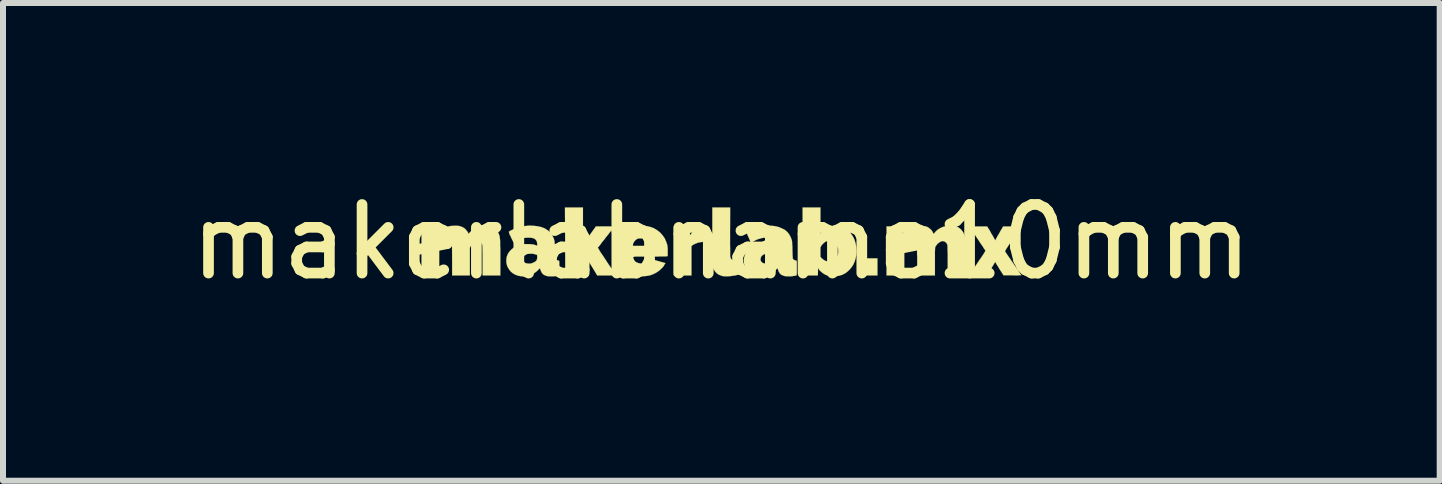
<source format=kicad_pcb>
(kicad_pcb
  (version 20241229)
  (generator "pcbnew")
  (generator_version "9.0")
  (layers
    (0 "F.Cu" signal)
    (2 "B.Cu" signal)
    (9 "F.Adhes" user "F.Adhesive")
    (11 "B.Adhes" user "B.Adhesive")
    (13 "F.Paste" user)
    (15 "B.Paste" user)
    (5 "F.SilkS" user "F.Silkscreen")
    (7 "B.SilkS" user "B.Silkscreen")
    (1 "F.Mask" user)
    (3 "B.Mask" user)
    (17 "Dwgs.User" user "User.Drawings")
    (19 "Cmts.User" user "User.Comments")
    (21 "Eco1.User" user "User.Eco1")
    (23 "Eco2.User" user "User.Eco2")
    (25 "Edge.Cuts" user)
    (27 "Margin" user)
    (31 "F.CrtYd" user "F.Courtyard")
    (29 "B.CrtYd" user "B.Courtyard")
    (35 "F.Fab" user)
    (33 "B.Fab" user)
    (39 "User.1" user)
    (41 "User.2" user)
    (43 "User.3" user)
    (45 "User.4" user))
  (footprint "makerlabname10mm"
    (layer "F.Cu")
    (at 8.97 0.981)
    (property "Reference" "makerlabname10mm" (at 0 0 0) (layer "F.SilkS") (effects (font (size 1.143 1.143) (thickness 0.178))))
    (attr through_hole)
    (fp_poly (pts (xy 2.601 0.559) (xy 2.482 0.559) (xy 2.36 0.559) (xy 2.36 0.417) (xy 2.36 0.274) (xy 2.482 0.274) (xy 2.601 0.274) (xy 2.601 0.417) (xy 2.601 0.559)) (stroke (width 0.003) (type solid)) (fill yes) (layer "F.SilkS"))
    (fp_poly (pts (xy -0.239 -0.008) (xy -0.284 -0.003) (xy -0.34 0.003) (xy -0.389 0.013) (xy -0.429 0.028) (xy -0.462 0.043) (xy -0.483 0.058) (xy -0.498 0.071) (xy -0.498 0.315) (xy -0.498 0.559) (xy -0.645 0.559) (xy -0.792 0.559) (xy -0.792 0.15) (xy -0.792 -0.259) (xy -0.658 -0.257) (xy -0.526 -0.257) (xy -0.523 -0.18) (xy -0.523 -0.107) (xy -0.5 -0.14) (xy -0.465 -0.183) (xy -0.427 -0.218) (xy -0.384 -0.244) (xy -0.338 -0.262) (xy -0.307 -0.269) (xy -0.287 -0.272) (xy -0.267 -0.272) (xy -0.254 -0.272) (xy -0.239 -0.267) (xy -0.239 -0.137) (xy -0.239 -0.008)) (stroke (width 0.003) (type solid)) (fill yes) (layer "F.SilkS"))
    (fp_poly (pts (xy -1.753 0.559) (xy -1.91 0.559) (xy -2.068 0.559) (xy -2.154 0.417) (xy -2.174 0.384) (xy -2.195 0.351) (xy -2.212 0.323) (xy -2.228 0.3) (xy -2.238 0.282) (xy -2.243 0.272) (xy -2.245 0.269) (xy -2.248 0.269) (xy -2.258 0.274) (xy -2.271 0.284) (xy -2.278 0.292) (xy -2.306 0.323) (xy -2.306 0.442) (xy -2.306 0.559) (xy -2.454 0.559) (xy -2.601 0.559) (xy -2.603 -0.008) (xy -2.606 -0.574) (xy -2.456 -0.574) (xy -2.306 -0.574) (xy -2.306 -0.267) (xy -2.304 0.041) (xy -2.197 -0.109) (xy -2.09 -0.259) (xy -1.938 -0.259) (xy -1.9 -0.259) (xy -1.864 -0.259) (xy -1.834 -0.257) (xy -1.811 -0.257) (xy -1.793 -0.257) (xy -1.786 -0.254) (xy -1.788 -0.249) (xy -1.798 -0.239) (xy -1.811 -0.221) (xy -1.829 -0.196) (xy -1.852 -0.168) (xy -1.877 -0.135) (xy -1.905 -0.099) (xy -1.92 -0.081) (xy -1.948 -0.043) (xy -1.976 -0.01) (xy -1.999 0.02) (xy -2.019 0.048) (xy -2.037 0.071) (xy -2.05 0.086) (xy -2.057 0.094) (xy -2.057 0.097) (xy -2.055 0.102) (xy -2.047 0.114) (xy -2.035 0.135) (xy -2.019 0.163) (xy -1.999 0.193) (xy -1.974 0.229) (xy -1.948 0.269) (xy -1.92 0.31) (xy -1.908 0.33) (xy -1.753 0.559)) (stroke (width 0.003) (type solid)) (fill yes) (layer "F.SilkS"))
    (fp_poly (pts (xy 0.333 0.511) (xy 0.33 0.521) (xy 0.325 0.528) (xy 0.315 0.533) (xy 0.3 0.538) (xy 0.282 0.544) (xy 0.279 0.546) (xy 0.231 0.559) (xy 0.183 0.566) (xy 0.132 0.572) (xy 0.084 0.574) (xy 0.041 0.572) (xy 0.02 0.569) (xy -0.005 0.561) (xy -0.036 0.549) (xy -0.064 0.533) (xy -0.076 0.523) (xy -0.099 0.5) (xy -0.119 0.47) (xy -0.137 0.437) (xy -0.137 0.432) (xy -0.14 0.427) (xy -0.142 0.419) (xy -0.142 0.411) (xy -0.145 0.404) (xy -0.145 0.391) (xy -0.145 0.376) (xy -0.145 0.358) (xy -0.147 0.335) (xy -0.147 0.305) (xy -0.147 0.272) (xy -0.147 0.229) (xy -0.147 0.18) (xy -0.147 0.124) (xy -0.147 0.061) (xy -0.15 -0.013) (xy -0.15 -0.084) (xy -0.15 -0.574) (xy -0.003 -0.574) (xy 0.147 -0.574) (xy 0.145 -0.17) (xy 0.145 -0.081) (xy 0.145 -0.003) (xy 0.145 0.064) (xy 0.147 0.122) (xy 0.147 0.17) (xy 0.147 0.206) (xy 0.147 0.234) (xy 0.15 0.249) (xy 0.15 0.254) (xy 0.16 0.279) (xy 0.178 0.297) (xy 0.203 0.305) (xy 0.231 0.307) (xy 0.257 0.302) (xy 0.274 0.297) (xy 0.287 0.295) (xy 0.295 0.292) (xy 0.297 0.295) (xy 0.3 0.302) (xy 0.305 0.312) (xy 0.307 0.333) (xy 0.312 0.361) (xy 0.318 0.396) (xy 0.32 0.406) (xy 0.325 0.445) (xy 0.33 0.472) (xy 0.333 0.495) (xy 0.333 0.511)) (stroke (width 0.003) (type solid)) (fill yes) (layer "F.SilkS"))
    (fp_poly (pts (xy 2.253 0.157) (xy 2.25 0.203) (xy 2.24 0.264) (xy 2.223 0.323) (xy 2.2 0.376) (xy 2.172 0.419) (xy 2.139 0.46) (xy 2.101 0.495) (xy 2.06 0.526) (xy 2.037 0.536) (xy 2.014 0.549) (xy 1.986 0.556) (xy 1.963 0.564) (xy 1.956 0.566) (xy 1.948 0.566) (xy 1.948 0.157) (xy 1.948 0.132) (xy 1.946 0.114) (xy 1.943 0.099) (xy 1.938 0.086) (xy 1.93 0.071) (xy 1.915 0.043) (xy 1.9 0.02) (xy 1.882 0.005) (xy 1.862 -0.008) (xy 1.831 -0.02) (xy 1.796 -0.023) (xy 1.763 -0.015) (xy 1.73 0) (xy 1.699 0.025) (xy 1.671 0.056) (xy 1.671 0.058) (xy 1.651 0.089) (xy 1.651 0.168) (xy 1.651 0.246) (xy 1.671 0.272) (xy 1.699 0.295) (xy 1.732 0.315) (xy 1.768 0.325) (xy 1.788 0.325) (xy 1.811 0.325) (xy 1.834 0.32) (xy 1.844 0.318) (xy 1.875 0.305) (xy 1.902 0.282) (xy 1.923 0.257) (xy 1.933 0.239) (xy 1.941 0.224) (xy 1.943 0.211) (xy 1.946 0.196) (xy 1.948 0.175) (xy 1.948 0.157) (xy 1.948 0.566) (xy 1.918 0.572) (xy 1.875 0.574) (xy 1.831 0.572) (xy 1.793 0.566) (xy 1.781 0.564) (xy 1.732 0.546) (xy 1.687 0.518) (xy 1.646 0.483) (xy 1.623 0.455) (xy 1.61 0.437) (xy 1.61 0.498) (xy 1.608 0.559) (xy 1.483 0.559) (xy 1.356 0.559) (xy 1.354 -0.008) (xy 1.354 -0.574) (xy 1.501 -0.574) (xy 1.651 -0.574) (xy 1.651 -0.356) (xy 1.651 -0.137) (xy 1.671 -0.168) (xy 1.702 -0.201) (xy 1.74 -0.229) (xy 1.783 -0.251) (xy 1.824 -0.264) (xy 1.852 -0.267) (xy 1.882 -0.269) (xy 1.918 -0.269) (xy 1.951 -0.267) (xy 1.979 -0.262) (xy 1.984 -0.262) (xy 2.035 -0.241) (xy 2.083 -0.213) (xy 2.126 -0.178) (xy 2.162 -0.135) (xy 2.195 -0.086) (xy 2.22 -0.033) (xy 2.238 0.028) (xy 2.248 0.091) (xy 2.253 0.157)) (stroke (width 0.003) (type solid)) (fill yes) (layer "F.SilkS"))
    (fp_poly (pts (xy -3.683 0.559) (xy -3.83 0.559) (xy -3.978 0.559) (xy -3.978 0.31) (xy -3.978 0.244) (xy -3.978 0.188) (xy -3.98 0.142) (xy -3.98 0.104) (xy -3.98 0.076) (xy -3.983 0.058) (xy -3.983 0.046) (xy -3.985 0.046) (xy -3.995 0.023) (xy -4.016 0.003) (xy -4.036 -0.01) (xy -4.059 -0.013) (xy -4.072 -0.013) (xy -4.102 -0.003) (xy -4.13 0.018) (xy -4.155 0.041) (xy -4.176 0.069) (xy -4.178 0.074) (xy -4.191 0.099) (xy -4.191 0.328) (xy -4.191 0.559) (xy -4.338 0.559) (xy -4.486 0.559) (xy -4.486 0.31) (xy -4.488 0.058) (xy -4.501 0.036) (xy -4.516 0.01) (xy -4.539 -0.005) (xy -4.562 -0.013) (xy -4.59 -0.01) (xy -4.618 0) (xy -4.646 0.02) (xy -4.653 0.028) (xy -4.663 0.038) (xy -4.674 0.048) (xy -4.681 0.058) (xy -4.686 0.069) (xy -4.691 0.079) (xy -4.696 0.094) (xy -4.699 0.112) (xy -4.702 0.135) (xy -4.702 0.165) (xy -4.702 0.201) (xy -4.702 0.244) (xy -4.702 0.295) (xy -4.702 0.33) (xy -4.702 0.559) (xy -4.849 0.559) (xy -4.996 0.561) (xy -4.996 0.152) (xy -4.996 -0.259) (xy -4.867 -0.259) (xy -4.735 -0.259) (xy -4.735 -0.201) (xy -4.735 -0.14) (xy -4.699 -0.175) (xy -4.656 -0.211) (xy -4.61 -0.236) (xy -4.557 -0.257) (xy -4.498 -0.267) (xy -4.442 -0.269) (xy -4.397 -0.269) (xy -4.361 -0.264) (xy -4.331 -0.254) (xy -4.3 -0.239) (xy -4.285 -0.231) (xy -4.27 -0.218) (xy -4.255 -0.201) (xy -4.239 -0.183) (xy -4.227 -0.165) (xy -4.219 -0.15) (xy -4.216 -0.142) (xy -4.214 -0.135) (xy -4.211 -0.135) (xy -4.206 -0.137) (xy -4.206 -0.14) (xy -4.201 -0.147) (xy -4.191 -0.16) (xy -4.176 -0.173) (xy -4.161 -0.191) (xy -4.14 -0.203) (xy -4.122 -0.216) (xy -4.112 -0.224) (xy -4.059 -0.249) (xy -4 -0.264) (xy -3.94 -0.272) (xy -3.881 -0.269) (xy -3.835 -0.259) (xy -3.795 -0.239) (xy -3.759 -0.213) (xy -3.731 -0.178) (xy -3.716 -0.152) (xy -3.711 -0.14) (xy -3.706 -0.127) (xy -3.701 -0.112) (xy -3.696 -0.099) (xy -3.693 -0.081) (xy -3.691 -0.064) (xy -3.688 -0.041) (xy -3.686 -0.013) (xy -3.686 0.02) (xy -3.686 0.061) (xy -3.683 0.107) (xy -3.683 0.163) (xy -3.683 0.226) (xy -3.683 0.262) (xy -3.683 0.559)) (stroke (width 0.003) (type solid)) (fill yes) (layer "F.SilkS"))
    (fp_poly (pts (xy -0.894 0.157) (xy -0.894 0.185) (xy -0.894 0.208) (xy -0.894 0.226) (xy -0.897 0.236) (xy -0.902 0.239) (xy -0.909 0.239) (xy -0.925 0.241) (xy -0.947 0.241) (xy -0.978 0.241) (xy -1.016 0.241) (xy -1.062 0.244) (xy -1.118 0.244) (xy -1.184 0.244) (xy -1.186 0.244) (xy -1.212 0.244) (xy -1.212 0.066) (xy -1.212 0.053) (xy -1.214 0.036) (xy -1.222 0.013) (xy -1.234 -0.008) (xy -1.245 -0.023) (xy -1.267 -0.041) (xy -1.29 -0.053) (xy -1.321 -0.058) (xy -1.344 -0.058) (xy -1.367 -0.058) (xy -1.384 -0.056) (xy -1.4 -0.051) (xy -1.405 -0.048) (xy -1.427 -0.033) (xy -1.448 -0.01) (xy -1.463 0.015) (xy -1.473 0.038) (xy -1.473 0.053) (xy -1.473 0.066) (xy -1.344 0.066) (xy -1.212 0.066) (xy -1.212 0.244) (xy -1.247 0.244) (xy -1.3 0.244) (xy -1.344 0.244) (xy -1.379 0.244) (xy -1.41 0.244) (xy -1.43 0.244) (xy -1.448 0.246) (xy -1.458 0.249) (xy -1.466 0.251) (xy -1.468 0.254) (xy -1.471 0.259) (xy -1.468 0.264) (xy -1.466 0.272) (xy -1.463 0.279) (xy -1.45 0.31) (xy -1.427 0.333) (xy -1.397 0.348) (xy -1.361 0.358) (xy -1.333 0.361) (xy -1.311 0.361) (xy -1.29 0.361) (xy -1.273 0.356) (xy -1.26 0.351) (xy -1.24 0.34) (xy -1.219 0.328) (xy -1.201 0.312) (xy -1.189 0.297) (xy -1.184 0.29) (xy -1.181 0.287) (xy -1.176 0.287) (xy -1.166 0.29) (xy -1.148 0.292) (xy -1.125 0.297) (xy -1.095 0.307) (xy -1.057 0.318) (xy -0.932 0.353) (xy -0.94 0.366) (xy -0.965 0.409) (xy -1.001 0.447) (xy -1.044 0.485) (xy -1.092 0.516) (xy -1.143 0.541) (xy -1.196 0.559) (xy -1.199 0.559) (xy -1.227 0.564) (xy -1.262 0.569) (xy -1.303 0.572) (xy -1.346 0.574) (xy -1.387 0.572) (xy -1.422 0.569) (xy -1.445 0.566) (xy -1.509 0.549) (xy -1.567 0.523) (xy -1.621 0.49) (xy -1.669 0.45) (xy -1.707 0.404) (xy -1.74 0.351) (xy -1.763 0.295) (xy -1.778 0.234) (xy -1.783 0.168) (xy -1.783 0.13) (xy -1.773 0.061) (xy -1.755 -0.003) (xy -1.73 -0.061) (xy -1.697 -0.114) (xy -1.654 -0.157) (xy -1.605 -0.196) (xy -1.552 -0.226) (xy -1.488 -0.249) (xy -1.422 -0.264) (xy -1.387 -0.269) (xy -1.316 -0.272) (xy -1.245 -0.264) (xy -1.181 -0.249) (xy -1.12 -0.226) (xy -1.067 -0.193) (xy -1.019 -0.155) (xy -0.978 -0.109) (xy -0.942 -0.056) (xy -0.917 0.003) (xy -0.904 0.041) (xy -0.899 0.064) (xy -0.897 0.084) (xy -0.894 0.104) (xy -0.894 0.132) (xy -0.894 0.157)) (stroke (width 0.003) (type solid)) (fill yes) (layer "F.SilkS"))
    (fp_poly (pts (xy 4.996 0.556) (xy 4.994 0.556) (xy 4.978 0.556) (xy 4.956 0.556) (xy 4.928 0.559) (xy 4.895 0.559) (xy 4.856 0.556) (xy 4.849 0.556) (xy 4.702 0.556) (xy 4.641 0.462) (xy 4.623 0.434) (xy 4.608 0.406) (xy 4.592 0.384) (xy 4.58 0.363) (xy 4.575 0.351) (xy 4.572 0.351) (xy 4.564 0.33) (xy 4.552 0.353) (xy 4.544 0.363) (xy 4.534 0.384) (xy 4.519 0.406) (xy 4.503 0.434) (xy 4.486 0.462) (xy 4.483 0.467) (xy 4.425 0.559) (xy 4.277 0.559) (xy 4.239 0.559) (xy 4.204 0.559) (xy 4.176 0.559) (xy 4.15 0.559) (xy 4.135 0.556) (xy 4.128 0.556) (xy 4.13 0.551) (xy 4.14 0.538) (xy 4.153 0.521) (xy 4.168 0.495) (xy 4.188 0.465) (xy 4.214 0.432) (xy 4.239 0.394) (xy 4.265 0.356) (xy 4.3 0.302) (xy 4.331 0.259) (xy 4.356 0.221) (xy 4.376 0.191) (xy 4.389 0.168) (xy 4.397 0.152) (xy 4.399 0.147) (xy 4.397 0.14) (xy 4.389 0.127) (xy 4.374 0.107) (xy 4.359 0.081) (xy 4.336 0.048) (xy 4.313 0.015) (xy 4.288 -0.025) (xy 4.265 -0.058) (xy 4.239 -0.097) (xy 4.214 -0.135) (xy 4.191 -0.17) (xy 4.171 -0.198) (xy 4.155 -0.224) (xy 4.143 -0.241) (xy 4.135 -0.254) (xy 4.133 -0.257) (xy 4.138 -0.257) (xy 4.153 -0.257) (xy 4.173 -0.257) (xy 4.201 -0.257) (xy 4.237 -0.257) (xy 4.272 -0.257) (xy 4.282 -0.257) (xy 4.43 -0.257) (xy 4.455 -0.216) (xy 4.468 -0.196) (xy 4.483 -0.17) (xy 4.498 -0.14) (xy 4.516 -0.112) (xy 4.524 -0.099) (xy 4.564 -0.025) (xy 4.575 -0.046) (xy 4.58 -0.056) (xy 4.59 -0.074) (xy 4.602 -0.097) (xy 4.618 -0.124) (xy 4.636 -0.152) (xy 4.638 -0.16) (xy 4.696 -0.257) (xy 4.844 -0.257) (xy 4.882 -0.257) (xy 4.915 -0.257) (xy 4.945 -0.257) (xy 4.968 -0.257) (xy 4.986 -0.257) (xy 4.991 -0.257) (xy 4.989 -0.251) (xy 4.981 -0.239) (xy 4.968 -0.218) (xy 4.953 -0.193) (xy 4.933 -0.163) (xy 4.91 -0.13) (xy 4.884 -0.091) (xy 4.856 -0.051) (xy 4.829 -0.008) (xy 4.801 0.036) (xy 4.778 0.071) (xy 4.757 0.102) (xy 4.742 0.127) (xy 4.732 0.145) (xy 4.727 0.155) (xy 4.727 0.157) (xy 4.729 0.163) (xy 4.74 0.175) (xy 4.752 0.196) (xy 4.77 0.221) (xy 4.79 0.251) (xy 4.816 0.287) (xy 4.841 0.325) (xy 4.864 0.358) (xy 4.892 0.399) (xy 4.917 0.434) (xy 4.94 0.47) (xy 4.961 0.498) (xy 4.976 0.523) (xy 4.989 0.541) (xy 4.996 0.551) (xy 4.996 0.556)) (stroke (width 0.003) (type solid)) (fill yes) (layer "F.SilkS"))
    (fp_poly (pts (xy 4.067 0.559) (xy 3.919 0.559) (xy 3.772 0.559) (xy 3.772 0.31) (xy 3.772 0.244) (xy 3.772 0.188) (xy 3.769 0.142) (xy 3.769 0.104) (xy 3.769 0.076) (xy 3.767 0.058) (xy 3.767 0.046) (xy 3.764 0.046) (xy 3.754 0.023) (xy 3.734 0.003) (xy 3.713 -0.01) (xy 3.688 -0.013) (xy 3.678 -0.013) (xy 3.65 -0.003) (xy 3.622 0.015) (xy 3.597 0.038) (xy 3.576 0.066) (xy 3.571 0.074) (xy 3.566 0.081) (xy 3.566 0.086) (xy 3.564 0.091) (xy 3.561 0.102) (xy 3.561 0.114) (xy 3.561 0.132) (xy 3.559 0.152) (xy 3.559 0.18) (xy 3.559 0.216) (xy 3.559 0.259) (xy 3.559 0.312) (xy 3.559 0.328) (xy 3.559 0.559) (xy 3.411 0.559) (xy 3.264 0.559) (xy 3.264 0.31) (xy 3.264 0.251) (xy 3.261 0.203) (xy 3.261 0.165) (xy 3.261 0.132) (xy 3.261 0.107) (xy 3.261 0.089) (xy 3.259 0.074) (xy 3.259 0.061) (xy 3.256 0.053) (xy 3.254 0.046) (xy 3.254 0.041) (xy 3.249 0.036) (xy 3.233 0.01) (xy 3.213 -0.005) (xy 3.188 -0.013) (xy 3.16 -0.01) (xy 3.152 -0.008) (xy 3.132 0) (xy 3.114 0.013) (xy 3.096 0.028) (xy 3.086 0.038) (xy 3.076 0.048) (xy 3.068 0.058) (xy 3.061 0.069) (xy 3.058 0.079) (xy 3.053 0.091) (xy 3.051 0.109) (xy 3.048 0.132) (xy 3.048 0.16) (xy 3.048 0.193) (xy 3.048 0.236) (xy 3.048 0.287) (xy 3.048 0.328) (xy 3.048 0.559) (xy 2.901 0.559) (xy 2.753 0.559) (xy 2.753 0.15) (xy 2.753 -0.259) (xy 2.883 -0.259) (xy 3.015 -0.259) (xy 3.015 -0.201) (xy 3.015 -0.14) (xy 3.051 -0.175) (xy 3.094 -0.211) (xy 3.142 -0.239) (xy 3.195 -0.257) (xy 3.256 -0.267) (xy 3.305 -0.269) (xy 3.353 -0.267) (xy 3.393 -0.262) (xy 3.429 -0.251) (xy 3.457 -0.234) (xy 3.485 -0.211) (xy 3.49 -0.206) (xy 3.505 -0.191) (xy 3.518 -0.17) (xy 3.523 -0.16) (xy 3.531 -0.145) (xy 3.536 -0.137) (xy 3.538 -0.135) (xy 3.543 -0.14) (xy 3.551 -0.147) (xy 3.553 -0.152) (xy 3.576 -0.178) (xy 3.604 -0.203) (xy 3.64 -0.226) (xy 3.678 -0.244) (xy 3.711 -0.257) (xy 3.747 -0.264) (xy 3.787 -0.269) (xy 3.828 -0.272) (xy 3.866 -0.269) (xy 3.868 -0.269) (xy 3.914 -0.259) (xy 3.955 -0.239) (xy 3.99 -0.211) (xy 4.018 -0.178) (xy 4.034 -0.152) (xy 4.039 -0.14) (xy 4.044 -0.127) (xy 4.049 -0.114) (xy 4.054 -0.099) (xy 4.056 -0.081) (xy 4.059 -0.064) (xy 4.061 -0.041) (xy 4.064 -0.013) (xy 4.064 0.023) (xy 4.064 0.061) (xy 4.067 0.109) (xy 4.067 0.165) (xy 4.067 0.229) (xy 4.067 0.262) (xy 4.067 0.559)) (stroke (width 0.003) (type solid)) (fill yes) (layer "F.SilkS"))
    (fp_poly (pts (xy 1.257 0.434) (xy 1.257 0.472) (xy 1.257 0.503) (xy 1.257 0.526) (xy 1.255 0.541) (xy 1.255 0.551) (xy 1.252 0.556) (xy 1.25 0.559) (xy 1.247 0.561) (xy 1.232 0.564) (xy 1.206 0.566) (xy 1.179 0.572) (xy 1.151 0.574) (xy 1.123 0.574) (xy 1.113 0.574) (xy 1.067 0.572) (xy 1.029 0.561) (xy 0.996 0.546) (xy 0.973 0.523) (xy 0.955 0.493) (xy 0.942 0.457) (xy 0.937 0.437) (xy 0.897 0.475) (xy 0.889 0.48) (xy 0.889 0.249) (xy 0.889 0.213) (xy 0.851 0.206) (xy 0.815 0.198) (xy 0.777 0.196) (xy 0.744 0.198) (xy 0.719 0.203) (xy 0.691 0.218) (xy 0.671 0.236) (xy 0.658 0.259) (xy 0.653 0.282) (xy 0.653 0.305) (xy 0.663 0.325) (xy 0.681 0.345) (xy 0.691 0.351) (xy 0.714 0.358) (xy 0.742 0.361) (xy 0.772 0.361) (xy 0.8 0.356) (xy 0.805 0.353) (xy 0.831 0.343) (xy 0.853 0.33) (xy 0.874 0.312) (xy 0.881 0.3) (xy 0.886 0.284) (xy 0.889 0.262) (xy 0.889 0.249) (xy 0.889 0.48) (xy 0.853 0.511) (xy 0.808 0.538) (xy 0.762 0.559) (xy 0.737 0.566) (xy 0.704 0.569) (xy 0.668 0.572) (xy 0.632 0.572) (xy 0.602 0.569) (xy 0.582 0.566) (xy 0.531 0.549) (xy 0.485 0.523) (xy 0.447 0.49) (xy 0.417 0.452) (xy 0.394 0.409) (xy 0.378 0.361) (xy 0.376 0.353) (xy 0.373 0.302) (xy 0.381 0.254) (xy 0.396 0.211) (xy 0.422 0.168) (xy 0.452 0.132) (xy 0.495 0.099) (xy 0.544 0.071) (xy 0.594 0.051) (xy 0.61 0.046) (xy 0.625 0.043) (xy 0.64 0.041) (xy 0.66 0.041) (xy 0.686 0.038) (xy 0.716 0.038) (xy 0.724 0.038) (xy 0.762 0.038) (xy 0.792 0.041) (xy 0.815 0.043) (xy 0.836 0.046) (xy 0.856 0.051) (xy 0.876 0.058) (xy 0.881 0.061) (xy 0.886 0.061) (xy 0.889 0.058) (xy 0.889 0.048) (xy 0.889 0.03) (xy 0.889 0.028) (xy 0.881 -0.005) (xy 0.869 -0.03) (xy 0.851 -0.048) (xy 0.823 -0.064) (xy 0.787 -0.069) (xy 0.765 -0.071) (xy 0.709 -0.071) (xy 0.653 -0.058) (xy 0.597 -0.041) (xy 0.538 -0.01) (xy 0.533 -0.008) (xy 0.516 0.003) (xy 0.503 0.008) (xy 0.498 0.01) (xy 0.493 0.008) (xy 0.493 0.005) (xy 0.483 -0.01) (xy 0.472 -0.033) (xy 0.462 -0.058) (xy 0.45 -0.084) (xy 0.439 -0.109) (xy 0.429 -0.132) (xy 0.422 -0.15) (xy 0.417 -0.163) (xy 0.417 -0.168) (xy 0.422 -0.173) (xy 0.434 -0.183) (xy 0.455 -0.193) (xy 0.478 -0.203) (xy 0.5 -0.216) (xy 0.526 -0.226) (xy 0.546 -0.234) (xy 0.549 -0.234) (xy 0.62 -0.254) (xy 0.696 -0.267) (xy 0.775 -0.272) (xy 0.836 -0.269) (xy 0.884 -0.264) (xy 0.922 -0.257) (xy 0.96 -0.246) (xy 0.996 -0.231) (xy 1.013 -0.224) (xy 1.062 -0.198) (xy 1.102 -0.163) (xy 1.133 -0.122) (xy 1.158 -0.074) (xy 1.173 -0.033) (xy 1.176 -0.02) (xy 1.179 -0.003) (xy 1.179 0.018) (xy 1.181 0.048) (xy 1.184 0.084) (xy 1.184 0.13) (xy 1.184 0.135) (xy 1.186 0.18) (xy 1.186 0.216) (xy 1.189 0.244) (xy 1.189 0.264) (xy 1.191 0.277) (xy 1.194 0.284) (xy 1.204 0.295) (xy 1.222 0.305) (xy 1.24 0.31) (xy 1.247 0.31) (xy 1.25 0.31) (xy 1.252 0.312) (xy 1.255 0.318) (xy 1.255 0.325) (xy 1.257 0.338) (xy 1.257 0.358) (xy 1.257 0.386) (xy 1.257 0.422) (xy 1.257 0.434)) (stroke (width 0.003) (type solid)) (fill yes) (layer "F.SilkS"))
    (fp_poly (pts (xy -2.7 0.434) (xy -2.7 0.472) (xy -2.7 0.503) (xy -2.7 0.526) (xy -2.703 0.541) (xy -2.703 0.551) (xy -2.705 0.556) (xy -2.708 0.559) (xy -2.71 0.561) (xy -2.725 0.564) (xy -2.751 0.566) (xy -2.779 0.572) (xy -2.807 0.574) (xy -2.835 0.574) (xy -2.845 0.574) (xy -2.893 0.572) (xy -2.931 0.561) (xy -2.962 0.546) (xy -2.987 0.521) (xy -3.005 0.49) (xy -3.018 0.452) (xy -3.018 0.45) (xy -3.02 0.445) (xy -3.023 0.442) (xy -3.028 0.445) (xy -3.038 0.452) (xy -3.051 0.465) (xy -3.061 0.475) (xy -3.068 0.483) (xy -3.068 0.259) (xy -3.068 0.249) (xy -3.071 0.216) (xy -3.104 0.206) (xy -3.137 0.198) (xy -3.172 0.196) (xy -3.205 0.198) (xy -3.233 0.201) (xy -3.254 0.211) (xy -3.277 0.226) (xy -3.279 0.229) (xy -3.292 0.244) (xy -3.299 0.254) (xy -3.302 0.267) (xy -3.305 0.279) (xy -3.302 0.307) (xy -3.292 0.33) (xy -3.274 0.348) (xy -3.266 0.351) (xy -3.244 0.358) (xy -3.216 0.361) (xy -3.185 0.361) (xy -3.157 0.356) (xy -3.152 0.353) (xy -3.127 0.343) (xy -3.101 0.328) (xy -3.084 0.312) (xy -3.076 0.3) (xy -3.071 0.282) (xy -3.068 0.259) (xy -3.068 0.483) (xy -3.104 0.511) (xy -3.147 0.538) (xy -3.195 0.559) (xy -3.226 0.566) (xy -3.261 0.572) (xy -3.299 0.574) (xy -3.338 0.572) (xy -3.373 0.566) (xy -3.383 0.564) (xy -3.434 0.546) (xy -3.477 0.521) (xy -3.515 0.488) (xy -3.543 0.45) (xy -3.566 0.409) (xy -3.579 0.363) (xy -3.584 0.315) (xy -3.579 0.264) (xy -3.576 0.249) (xy -3.559 0.203) (xy -3.533 0.163) (xy -3.5 0.127) (xy -3.459 0.094) (xy -3.411 0.069) (xy -3.36 0.051) (xy -3.332 0.043) (xy -3.299 0.038) (xy -3.264 0.036) (xy -3.226 0.036) (xy -3.185 0.038) (xy -3.15 0.041) (xy -3.119 0.046) (xy -3.106 0.051) (xy -3.089 0.056) (xy -3.076 0.061) (xy -3.071 0.061) (xy -3.068 0.058) (xy -3.068 0.046) (xy -3.068 0.033) (xy -3.073 0) (xy -3.086 -0.028) (xy -3.106 -0.048) (xy -3.132 -0.061) (xy -3.167 -0.069) (xy -3.211 -0.071) (xy -3.213 -0.071) (xy -3.272 -0.069) (xy -3.33 -0.053) (xy -3.388 -0.028) (xy -3.424 -0.008) (xy -3.442 0.003) (xy -3.454 0.008) (xy -3.459 0.01) (xy -3.465 0.005) (xy -3.47 -0.008) (xy -3.48 -0.025) (xy -3.49 -0.046) (xy -3.503 -0.071) (xy -3.513 -0.097) (xy -3.526 -0.119) (xy -3.533 -0.142) (xy -3.538 -0.157) (xy -3.541 -0.168) (xy -3.536 -0.173) (xy -3.523 -0.183) (xy -3.503 -0.193) (xy -3.48 -0.203) (xy -3.457 -0.216) (xy -3.432 -0.226) (xy -3.411 -0.234) (xy -3.409 -0.236) (xy -3.343 -0.254) (xy -3.274 -0.264) (xy -3.203 -0.272) (xy -3.134 -0.269) (xy -3.068 -0.262) (xy -3.007 -0.249) (xy -2.951 -0.229) (xy -2.931 -0.218) (xy -2.885 -0.188) (xy -2.847 -0.152) (xy -2.817 -0.109) (xy -2.794 -0.061) (xy -2.789 -0.046) (xy -2.786 -0.03) (xy -2.781 -0.018) (xy -2.779 -0.005) (xy -2.779 0.013) (xy -2.776 0.033) (xy -2.776 0.058) (xy -2.774 0.091) (xy -2.774 0.132) (xy -2.774 0.135) (xy -2.771 0.18) (xy -2.771 0.216) (xy -2.769 0.244) (xy -2.769 0.264) (xy -2.766 0.277) (xy -2.764 0.284) (xy -2.753 0.295) (xy -2.736 0.305) (xy -2.718 0.31) (xy -2.71 0.31) (xy -2.708 0.31) (xy -2.705 0.312) (xy -2.703 0.318) (xy -2.703 0.325) (xy -2.7 0.338) (xy -2.7 0.358) (xy -2.7 0.386) (xy -2.7 0.422) (xy -2.7 0.434)) (stroke (width 0.003) (type solid)) (fill yes) (layer "F.SilkS")))
  (gr_rect
    (start -3 -3)
    (end 20.94 4.961)
    (stroke (width 0.1) (type default))
    (fill no)
    (layer "Edge.Cuts")))
</source>
